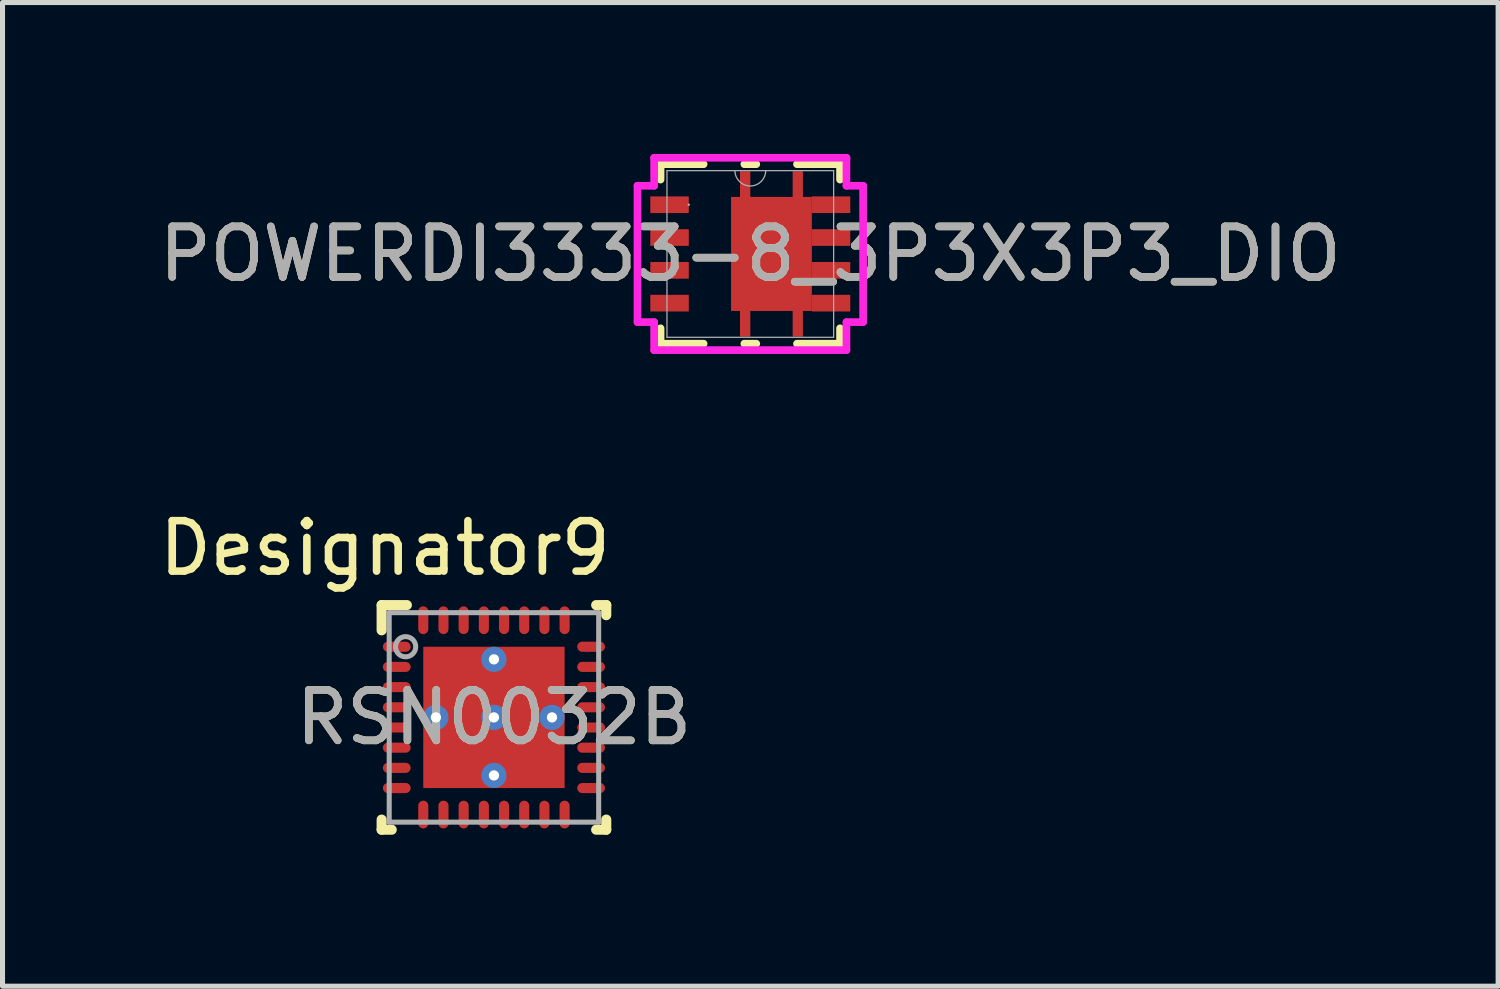
<source format=kicad_pcb>
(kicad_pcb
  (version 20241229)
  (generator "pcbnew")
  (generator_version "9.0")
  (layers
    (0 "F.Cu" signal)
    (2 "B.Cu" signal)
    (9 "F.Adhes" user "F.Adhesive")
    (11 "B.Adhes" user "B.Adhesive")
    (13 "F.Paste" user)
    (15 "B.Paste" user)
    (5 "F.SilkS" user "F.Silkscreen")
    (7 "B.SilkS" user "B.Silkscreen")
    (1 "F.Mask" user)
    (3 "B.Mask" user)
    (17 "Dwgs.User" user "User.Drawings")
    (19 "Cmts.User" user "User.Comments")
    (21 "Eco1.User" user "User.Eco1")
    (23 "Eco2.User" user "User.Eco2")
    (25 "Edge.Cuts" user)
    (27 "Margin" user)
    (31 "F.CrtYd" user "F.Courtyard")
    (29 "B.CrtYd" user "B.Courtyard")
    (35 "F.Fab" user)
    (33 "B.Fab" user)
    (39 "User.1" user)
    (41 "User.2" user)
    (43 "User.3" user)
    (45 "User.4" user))
  (footprint "POWERDI3333-8_3P3X3P3_DIO"
    (layer "F.Cu")
    (at 11.815 1.981)
    (property "Reference" "POWERDI3333-8_3P3X3P3_DIO" (at 0 0 0) (unlocked yes) (layer "F.SilkS") (effects (font (size 1 1) (thickness 0.15))))
    (attr smd)
    (fp_poly (pts (xy -0.204 -1.638) (xy 0 -1.638) (xy 0 -1.13) (xy 0.839 -1.13) (xy 0.839 -1.638) (xy 1.042 -1.638) (xy 1.042 -1.13) (xy 1.219 -1.13) (xy 1.219 1.13) (xy 1.042 1.13) (xy 1.042 1.638) (xy 0.839 1.638) (xy 0.839 1.13) (xy 0 1.13) (xy 0 1.638) (xy -0.204 1.638) (xy -0.204 1.13) (xy -0.381 1.13) (xy -0.381 -1.13) (xy -0.204 -1.13)) (stroke (width 0) (type solid)) (fill yes) (layer "F.Cu"))
    (fp_poly (pts (xy -0.204 -1.638) (xy 0 -1.638) (xy 0 -1.13) (xy 0.839 -1.13) (xy 0.839 -1.638) (xy 1.042 -1.638) (xy 1.042 -1.13) (xy 1.219 -1.13) (xy 1.219 1.13) (xy 1.042 1.13) (xy 1.042 1.638) (xy 0.839 1.638) (xy 0.839 1.13) (xy 0 1.13) (xy 0 1.638) (xy -0.204 1.638) (xy -0.204 1.13) (xy -0.381 1.13) (xy -0.381 -1.13) (xy -0.204 -1.13)) (stroke (width 0) (type solid)) (fill yes) (layer "F.Mask"))
    (fp_line (start -1.778 -1.778) (end -1.778 -1.473) (stroke (width 0.152) (type solid)) (layer "F.SilkS"))
    (fp_line (start -1.778 1.473) (end -1.778 1.778) (stroke (width 0.152) (type solid)) (layer "F.SilkS"))
    (fp_line (start -1.778 1.778) (end -0.925 1.778) (stroke (width 0.152) (type solid)) (layer "F.SilkS"))
    (fp_line (start -0.925 -1.778) (end -1.778 -1.778) (stroke (width 0.152) (type solid)) (layer "F.SilkS"))
    (fp_line (start -0.118 1.778) (end 0.118 1.778) (stroke (width 0.152) (type solid)) (layer "F.SilkS"))
    (fp_line (start 0.118 -1.778) (end -0.118 -1.778) (stroke (width 0.152) (type solid)) (layer "F.SilkS"))
    (fp_line (start 0.925 1.778) (end 1.778 1.778) (stroke (width 0.152) (type solid)) (layer "F.SilkS"))
    (fp_line (start 1.778 -1.778) (end 0.925 -1.778) (stroke (width 0.152) (type solid)) (layer "F.SilkS"))
    (fp_line (start 1.778 -1.473) (end 1.778 -1.778) (stroke (width 0.152) (type solid)) (layer "F.SilkS"))
    (fp_line (start 1.778 1.778) (end 1.778 1.473) (stroke (width 0.152) (type solid)) (layer "F.SilkS"))
    (fp_poly (pts (xy -0.204 -1.638) (xy 0 -1.638) (xy 0 -1.13) (xy 0.839 -1.13) (xy 0.839 -1.638) (xy 1.042 -1.638) (xy 1.042 -1.13) (xy 1.219 -1.13) (xy 1.219 1.13) (xy 1.042 1.13) (xy 1.042 1.638) (xy 0.839 1.638) (xy 0.839 1.13) (xy 0 1.13) (xy 0 1.638) (xy -0.204 1.638) (xy -0.204 1.13) (xy -0.381 1.13) (xy -0.381 -1.13) (xy -0.204 -1.13)) (stroke (width 0) (type solid)) (fill yes) (layer "F.Paste"))
    (fp_line (start -2.235 -1.351) (end -1.905 -1.351) (stroke (width 0.152) (type solid)) (layer "F.CrtYd"))
    (fp_line (start -2.235 1.351) (end -2.235 -1.351) (stroke (width 0.152) (type solid)) (layer "F.CrtYd"))
    (fp_line (start -2.235 1.351) (end -1.905 1.351) (stroke (width 0.152) (type solid)) (layer "F.CrtYd"))
    (fp_line (start -1.905 -1.905) (end 1.905 -1.905) (stroke (width 0.152) (type solid)) (layer "F.CrtYd"))
    (fp_line (start -1.905 -1.351) (end -1.905 -1.905) (stroke (width 0.152) (type solid)) (layer "F.CrtYd"))
    (fp_line (start -1.905 1.905) (end -1.905 1.351) (stroke (width 0.152) (type solid)) (layer "F.CrtYd"))
    (fp_line (start 1.905 -1.905) (end 1.905 -1.351) (stroke (width 0.152) (type solid)) (layer "F.CrtYd"))
    (fp_line (start 1.905 1.351) (end 1.905 1.905) (stroke (width 0.152) (type solid)) (layer "F.CrtYd"))
    (fp_line (start 1.905 1.905) (end -1.905 1.905) (stroke (width 0.152) (type solid)) (layer "F.CrtYd"))
    (fp_line (start 2.235 -1.351) (end 1.905 -1.351) (stroke (width 0.152) (type solid)) (layer "F.CrtYd"))
    (fp_line (start 2.235 -1.351) (end 2.235 1.351) (stroke (width 0.152) (type solid)) (layer "F.CrtYd"))
    (fp_line (start 2.235 1.351) (end 1.905 1.351) (stroke (width 0.152) (type solid)) (layer "F.CrtYd"))
    (fp_line (start -1.651 -1.651) (end -1.651 1.651) (stroke (width 0.025) (type solid)) (layer "F.Fab"))
    (fp_line (start -1.651 1.651) (end 1.651 1.651) (stroke (width 0.025) (type solid)) (layer "F.Fab"))
    (fp_line (start 1.651 -1.651) (end -1.651 -1.651) (stroke (width 0.025) (type solid)) (layer "F.Fab"))
    (fp_line (start 1.651 1.651) (end 1.651 -1.651) (stroke (width 0.025) (type solid)) (layer "F.Fab"))
    (fp_arc (start 0.3048 -1.651) (mid 0 -1.3462) (end -0.3048 -1.651) (stroke (width 0.0254) (type solid)) (layer "F.Fab"))
    (fp_circle (center -1.219 -0.975) (end -1.219 -0.975) (stroke (width 0.025) (type solid)) (fill no) (layer "F.Fab"))
    (fp_text user "${REFERENCE}" (at 0 0 0) (unlocked yes) (layer "F.Fab") (effects (font (size 1 1) (thickness 0.15))))
    (pad "1" smd rect (at -1.6 -0.975) (size 0.762 0.33) (layers "F.Cu" "F.Mask" "F.Paste"))
    (pad "2" smd rect (at -1.6 -0.325) (size 0.762 0.33) (layers "F.Cu" "F.Mask" "F.Paste"))
    (pad "3" smd rect (at -1.6 0.325) (size 0.762 0.33) (layers "F.Cu" "F.Mask" "F.Paste"))
    (pad "4" smd rect (at -1.6 0.975) (size 0.762 0.33) (layers "F.Cu" "F.Mask" "F.Paste"))
    (pad "5" smd rect (at 1.6 0.975) (size 0.762 0.33) (layers "F.Cu" "F.Mask" "F.Paste"))
    (pad "6" smd rect (at 1.6 0.325) (size 0.762 0.33) (layers "F.Cu" "F.Mask" "F.Paste"))
    (pad "7" smd rect (at 1.6 -0.325) (size 0.762 0.33) (layers "F.Cu" "F.Mask" "F.Paste"))
    (pad "8" smd rect (at 1.6 -0.975) (size 0.762 0.33) (layers "F.Cu" "F.Mask" "F.Paste")))
  (footprint "RSN0032B"
    (layer "F.Cu")
    (at 6.736 11.163)
    (property "Reference" "RSN0032B" (at 0 0 0) (unlocked yes) (layer "F.SilkS") (effects (font (size 1 1) (thickness 0.15))))
    (attr smd)
    (fp_line (start -2.225 2.225) (end -2.225 2.025) (stroke (width 0.2) (type solid)) (layer "F.SilkS"))
    (fp_line (start -2.225 2.225) (end -2.025 2.225) (stroke (width 0.2) (type solid)) (layer "F.SilkS"))
    (fp_line (start -2.225 -2.225) (end -1.725 -2.225) (stroke (width 0.2) (type solid)) (layer "F.SilkS"))
    (fp_line (start -2.225 -1.725) (end -2.225 -2.225) (stroke (width 0.2) (type solid)) (layer "F.SilkS"))
    (fp_line (start 2.025 -2.225) (end 2.225 -2.225) (stroke (width 0.2) (type solid)) (layer "F.SilkS"))
    (fp_line (start 2.025 2.225) (end 2.225 2.225) (stroke (width 0.2) (type solid)) (layer "F.SilkS"))
    (fp_line (start 2.225 -2.025) (end 2.225 -2.225) (stroke (width 0.2) (type solid)) (layer "F.SilkS"))
    (fp_line (start 2.225 2.225) (end 2.225 2.025) (stroke (width 0.2) (type solid)) (layer "F.SilkS"))
    (fp_poly (pts (xy -0.1 -1.37) (xy -1.37 -1.37) (xy -1.37 -0.1) (xy -0.1 -0.1)) (stroke (width 0) (type solid)) (fill yes) (layer "F.Paste"))
    (fp_poly (pts (xy -0.1 0.1) (xy -1.37 0.1) (xy -1.37 1.37) (xy -0.1 1.37)) (stroke (width 0) (type solid)) (fill yes) (layer "F.Paste"))
    (fp_poly (pts (xy 0.1 -0.1) (xy 1.37 -0.1) (xy 1.37 -1.37) (xy 0.1 -1.37)) (stroke (width 0) (type solid)) (fill yes) (layer "F.Paste"))
    (fp_poly (pts (xy 0.1 1.37) (xy 1.37 1.37) (xy 1.37 0.1) (xy 0.1 0.1)) (stroke (width 0) (type solid)) (fill yes) (layer "F.Paste"))
    (fp_line (start -2.075 -2.075) (end 2.075 -2.075) (stroke (width 0.1) (type solid)) (layer "F.Fab"))
    (fp_line (start -2.075 2.075) (end -2.075 -2.075) (stroke (width 0.1) (type solid)) (layer "F.Fab"))
    (fp_line (start -2.075 2.075) (end 2.075 2.075) (stroke (width 0.1) (type solid)) (layer "F.Fab"))
    (fp_line (start 2.075 2.075) (end 2.075 -2.075) (stroke (width 0.1) (type solid)) (layer "F.Fab"))
    (fp_circle (center -1.75 -1.4) (end -1.55 -1.4) (stroke (width 0.1) (type solid)) (fill no) (layer "F.Fab"))
    (fp_text user "Designator9" (at -2.159 -3.353 0) (unlocked yes) (layer "F.SilkS") (effects (font (size 1 1) (thickness 0.15))))
    (fp_text user "${REFERENCE}" (at 0 0 0) (unlocked yes) (layer "F.Fab") (effects (font (size 1 1) (thickness 0.15))))
    (pad "1" smd oval (at -1.925 -1.4 90) (size 0.2 0.55) (layers "F.Cu" "F.Mask" "F.Paste"))
    (pad "2" smd oval (at -1.925 -1 90) (size 0.2 0.55) (layers "F.Cu" "F.Mask" "F.Paste"))
    (pad "3" smd oval (at -1.925 -0.6 90) (size 0.2 0.55) (layers "F.Cu" "F.Mask" "F.Paste"))
    (pad "4" smd oval (at -1.925 -0.2 90) (size 0.2 0.55) (layers "F.Cu" "F.Mask" "F.Paste"))
    (pad "5" smd oval (at -1.925 0.2 90) (size 0.2 0.55) (layers "F.Cu" "F.Mask" "F.Paste"))
    (pad "6" smd oval (at -1.925 0.6 90) (size 0.2 0.55) (layers "F.Cu" "F.Mask" "F.Paste"))
    (pad "7" smd oval (at -1.925 1 90) (size 0.2 0.55) (layers "F.Cu" "F.Mask" "F.Paste"))
    (pad "8" smd oval (at -1.925 1.4 90) (size 0.2 0.55) (layers "F.Cu" "F.Mask" "F.Paste"))
    (pad "9" smd oval (at -1.4 1.925) (size 0.2 0.55) (layers "F.Cu" "F.Mask" "F.Paste"))
    (pad "10" smd oval (at -1 1.925) (size 0.2 0.55) (layers "F.Cu" "F.Mask" "F.Paste"))
    (pad "11" smd oval (at -0.6 1.925) (size 0.2 0.55) (layers "F.Cu" "F.Mask" "F.Paste"))
    (pad "12" smd oval (at -0.2 1.925) (size 0.2 0.55) (layers "F.Cu" "F.Mask" "F.Paste"))
    (pad "13" smd oval (at 0.2 1.925) (size 0.2 0.55) (layers "F.Cu" "F.Mask" "F.Paste"))
    (pad "14" smd oval (at 0.6 1.925) (size 0.2 0.55) (layers "F.Cu" "F.Mask" "F.Paste"))
    (pad "15" smd oval (at 1 1.925) (size 0.2 0.55) (layers "F.Cu" "F.Mask" "F.Paste"))
    (pad "16" smd oval (at 1.4 1.925) (size 0.2 0.55) (layers "F.Cu" "F.Mask" "F.Paste"))
    (pad "17" smd oval (at 1.925 1.4 90) (size 0.2 0.55) (layers "F.Cu" "F.Mask" "F.Paste"))
    (pad "18" smd oval (at 1.925 1 90) (size 0.2 0.55) (layers "F.Cu" "F.Mask" "F.Paste"))
    (pad "19" smd oval (at 1.925 0.6 90) (size 0.2 0.55) (layers "F.Cu" "F.Mask" "F.Paste"))
    (pad "20" smd oval (at 1.925 0.2 90) (size 0.2 0.55) (layers "F.Cu" "F.Mask" "F.Paste"))
    (pad "21" smd oval (at 1.925 -0.2 90) (size 0.2 0.55) (layers "F.Cu" "F.Mask" "F.Paste"))
    (pad "22" smd oval (at 1.925 -0.6 90) (size 0.2 0.55) (layers "F.Cu" "F.Mask" "F.Paste"))
    (pad "23" smd oval (at 1.925 -1 90) (size 0.2 0.55) (layers "F.Cu" "F.Mask" "F.Paste"))
    (pad "24" smd oval (at 1.925 -1.4 90) (size 0.2 0.55) (layers "F.Cu" "F.Mask" "F.Paste"))
    (pad "25" smd oval (at 1.4 -1.925) (size 0.2 0.55) (layers "F.Cu" "F.Mask" "F.Paste"))
    (pad "26" smd oval (at 1 -1.925) (size 0.2 0.55) (layers "F.Cu" "F.Mask" "F.Paste"))
    (pad "27" smd oval (at 0.6 -1.925) (size 0.2 0.55) (layers "F.Cu" "F.Mask" "F.Paste"))
    (pad "28" smd oval (at 0.2 -1.925) (size 0.2 0.55) (layers "F.Cu" "F.Mask" "F.Paste"))
    (pad "29" smd oval (at -0.2 -1.925) (size 0.2 0.55) (layers "F.Cu" "F.Mask" "F.Paste"))
    (pad "30" smd oval (at -0.6 -1.925) (size 0.2 0.55) (layers "F.Cu" "F.Mask" "F.Paste"))
    (pad "31" smd oval (at -1 -1.925) (size 0.2 0.55) (layers "F.Cu" "F.Mask" "F.Paste"))
    (pad "32" smd oval (at -1.4 -1.925) (size 0.2 0.55) (layers "F.Cu" "F.Mask" "F.Paste"))
    (pad "33" smd rect (at 0.000084 -0.000081) (size 2.8 2.8) (layers "F.Cu" "F.Mask"))
    (pad "V" thru_hole circle (at -1.15 0) (size 0.5 0.5) (drill 0.203) (layers "*.Cu" "*.Mask"))
    (pad "V" thru_hole circle (at 0 -1.15) (size 0.5 0.5) (drill 0.203) (layers "*.Cu" "*.Mask"))
    (pad "V" thru_hole circle (at 0 0) (size 0.5 0.5) (drill 0.203) (layers "*.Cu" "*.Mask"))
    (pad "V" thru_hole circle (at 0 1.15) (size 0.5 0.5) (drill 0.203) (layers "*.Cu" "*.Mask"))
    (pad "V" thru_hole circle (at 1.15 0) (size 0.5 0.5) (drill 0.203) (layers "*.Cu" "*.Mask")))
  (gr_rect
    (start -3 -3)
    (end 26.631 16.489)
    (stroke (width 0.1) (type default))
    (fill no)
    (layer "Edge.Cuts")))
</source>
